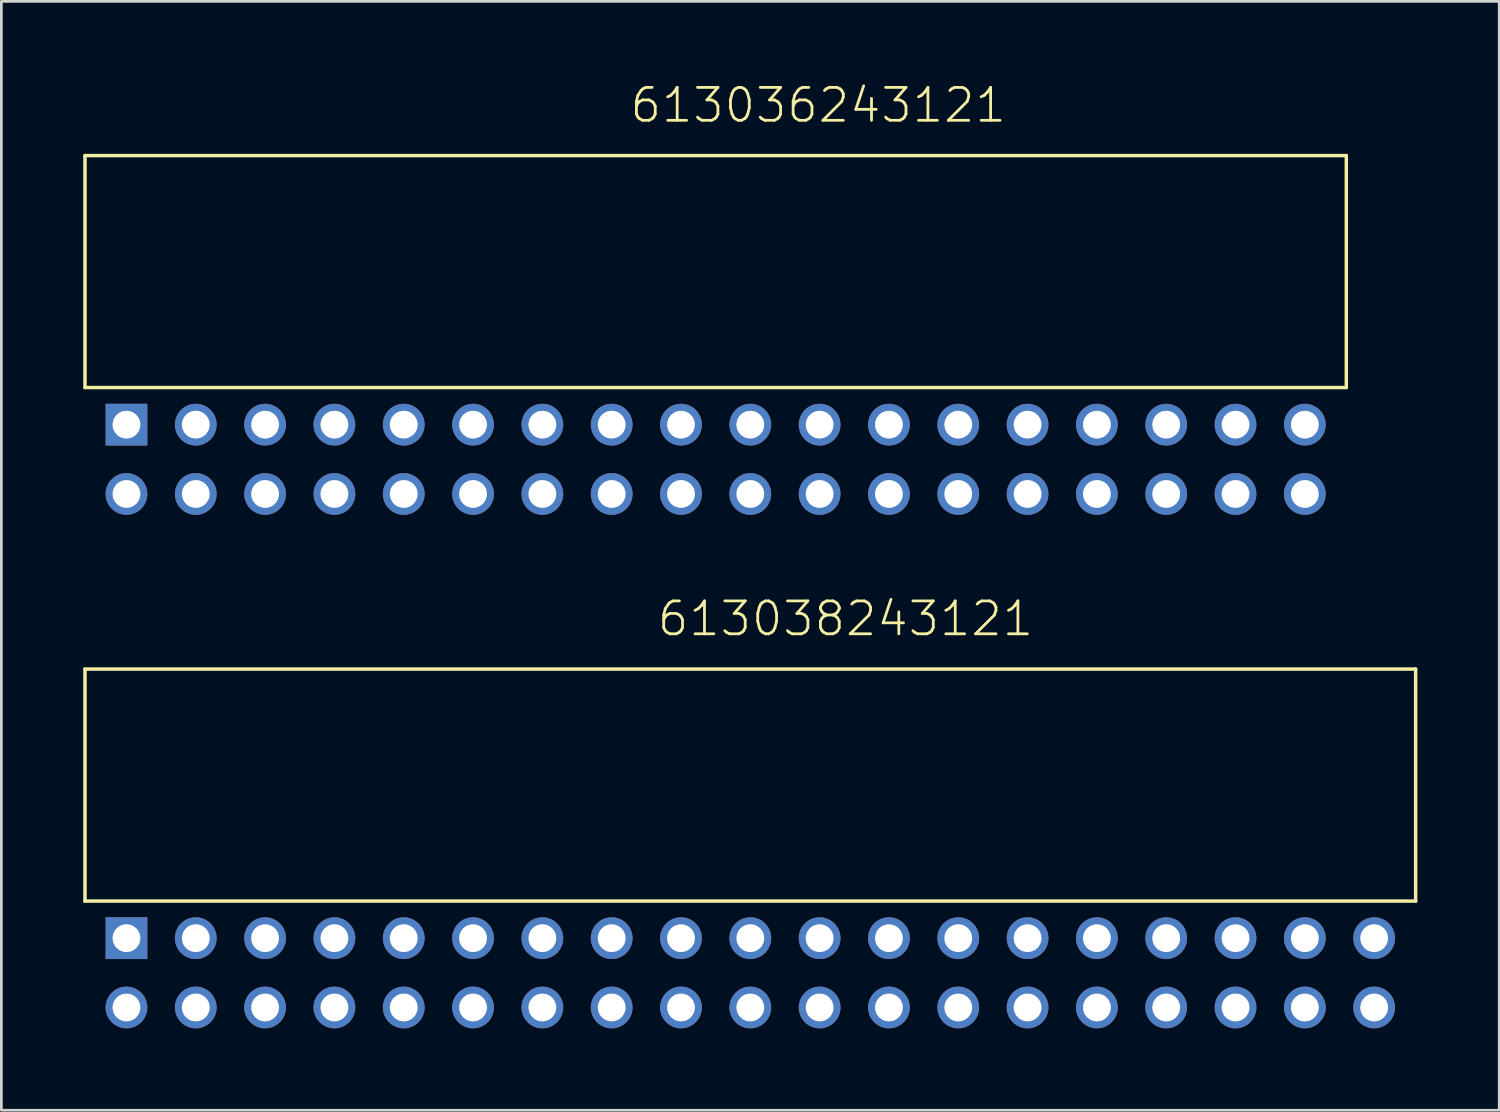
<source format=kicad_pcb>
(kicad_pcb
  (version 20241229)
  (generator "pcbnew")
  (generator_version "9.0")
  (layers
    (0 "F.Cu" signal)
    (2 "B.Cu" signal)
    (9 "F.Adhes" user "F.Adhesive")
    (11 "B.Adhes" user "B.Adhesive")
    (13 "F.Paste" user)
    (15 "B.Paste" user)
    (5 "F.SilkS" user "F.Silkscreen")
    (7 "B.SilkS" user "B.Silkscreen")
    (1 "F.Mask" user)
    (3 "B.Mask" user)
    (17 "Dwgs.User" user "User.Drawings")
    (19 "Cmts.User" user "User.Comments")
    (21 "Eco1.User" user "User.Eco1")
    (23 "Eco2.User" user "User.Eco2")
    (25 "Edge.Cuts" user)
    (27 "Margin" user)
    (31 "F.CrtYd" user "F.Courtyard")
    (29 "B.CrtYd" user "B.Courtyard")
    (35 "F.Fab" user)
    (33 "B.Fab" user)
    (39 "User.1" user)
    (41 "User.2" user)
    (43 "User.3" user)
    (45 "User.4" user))
  (footprint "613036243121"
    (layer "F.Cu")
    (at 23.174 12.511)
    (property "Reference" "613036243121" (at -3.2 -11 0) (layer "F.SilkS") (effects (font (size 1.206 1.206) (thickness 0.102)) (justify left bottom)))
    (attr through_hole)
    (fp_line (start -23.11 -9.86) (end -23.11 -1.36) (stroke (width 0.127) (type solid)) (layer "F.SilkS"))
    (fp_line (start -23.11 -9.86) (end 23.11 -9.86) (stroke (width 0.127) (type solid)) (layer "F.SilkS"))
    (fp_line (start -23.11 -1.36) (end 23.11 -1.36) (stroke (width 0.127) (type solid)) (layer "F.SilkS"))
    (fp_line (start 23.11 -1.36) (end 23.11 -9.86) (stroke (width 0.127) (type solid)) (layer "F.SilkS"))
    (pad "1" thru_hole rect (at -21.59 0) (size 1.53 1.53) (drill 1.02) (layers "*.Cu" "*.Mask"))
    (pad "2" thru_hole circle (at -19.05 0) (size 1.53 1.53) (drill 1.02) (layers "*.Cu" "*.Mask"))
    (pad "3" thru_hole circle (at -16.51 0) (size 1.53 1.53) (drill 1.02) (layers "*.Cu" "*.Mask"))
    (pad "4" thru_hole circle (at -13.97 0) (size 1.53 1.53) (drill 1.02) (layers "*.Cu" "*.Mask"))
    (pad "5" thru_hole circle (at -11.43 0) (size 1.53 1.53) (drill 1.02) (layers "*.Cu" "*.Mask"))
    (pad "6" thru_hole circle (at -8.89 0) (size 1.53 1.53) (drill 1.02) (layers "*.Cu" "*.Mask"))
    (pad "7" thru_hole circle (at -6.35 0) (size 1.53 1.53) (drill 1.02) (layers "*.Cu" "*.Mask"))
    (pad "8" thru_hole circle (at -3.81 0) (size 1.53 1.53) (drill 1.02) (layers "*.Cu" "*.Mask"))
    (pad "9" thru_hole circle (at -1.27 0) (size 1.53 1.53) (drill 1.02) (layers "*.Cu" "*.Mask"))
    (pad "10" thru_hole circle (at 1.27 0) (size 1.53 1.53) (drill 1.02) (layers "*.Cu" "*.Mask"))
    (pad "11" thru_hole circle (at 3.81 0) (size 1.53 1.53) (drill 1.02) (layers "*.Cu" "*.Mask"))
    (pad "12" thru_hole circle (at 6.35 0) (size 1.53 1.53) (drill 1.02) (layers "*.Cu" "*.Mask"))
    (pad "13" thru_hole circle (at 8.89 0) (size 1.53 1.53) (drill 1.02) (layers "*.Cu" "*.Mask"))
    (pad "14" thru_hole circle (at 11.43 0) (size 1.53 1.53) (drill 1.02) (layers "*.Cu" "*.Mask"))
    (pad "15" thru_hole circle (at 13.97 0) (size 1.53 1.53) (drill 1.02) (layers "*.Cu" "*.Mask"))
    (pad "16" thru_hole circle (at 16.51 0) (size 1.53 1.53) (drill 1.02) (layers "*.Cu" "*.Mask"))
    (pad "17" thru_hole circle (at 19.05 0) (size 1.53 1.53) (drill 1.02) (layers "*.Cu" "*.Mask"))
    (pad "18" thru_hole circle (at 21.59 0) (size 1.53 1.53) (drill 1.02) (layers "*.Cu" "*.Mask"))
    (pad "19" thru_hole circle (at 21.59 2.54) (size 1.53 1.53) (drill 1.02) (layers "*.Cu" "*.Mask"))
    (pad "20" thru_hole circle (at 19.05 2.54) (size 1.53 1.53) (drill 1.02) (layers "*.Cu" "*.Mask"))
    (pad "21" thru_hole circle (at 16.51 2.54) (size 1.53 1.53) (drill 1.02) (layers "*.Cu" "*.Mask"))
    (pad "22" thru_hole circle (at 13.97 2.54) (size 1.53 1.53) (drill 1.02) (layers "*.Cu" "*.Mask"))
    (pad "23" thru_hole circle (at 11.43 2.54) (size 1.53 1.53) (drill 1.02) (layers "*.Cu" "*.Mask"))
    (pad "24" thru_hole circle (at 8.89 2.54) (size 1.53 1.53) (drill 1.02) (layers "*.Cu" "*.Mask"))
    (pad "25" thru_hole circle (at 6.35 2.54) (size 1.53 1.53) (drill 1.02) (layers "*.Cu" "*.Mask"))
    (pad "26" thru_hole circle (at 3.81 2.54) (size 1.53 1.53) (drill 1.02) (layers "*.Cu" "*.Mask"))
    (pad "27" thru_hole circle (at 1.27 2.54) (size 1.53 1.53) (drill 1.02) (layers "*.Cu" "*.Mask"))
    (pad "28" thru_hole circle (at -1.27 2.54) (size 1.53 1.53) (drill 1.02) (layers "*.Cu" "*.Mask"))
    (pad "29" thru_hole circle (at -3.81 2.54) (size 1.53 1.53) (drill 1.02) (layers "*.Cu" "*.Mask"))
    (pad "30" thru_hole circle (at -6.35 2.54) (size 1.53 1.53) (drill 1.02) (layers "*.Cu" "*.Mask"))
    (pad "31" thru_hole circle (at -8.89 2.54) (size 1.53 1.53) (drill 1.02) (layers "*.Cu" "*.Mask"))
    (pad "32" thru_hole circle (at -11.43 2.54) (size 1.53 1.53) (drill 1.02) (layers "*.Cu" "*.Mask"))
    (pad "33" thru_hole circle (at -13.97 2.54) (size 1.53 1.53) (drill 1.02) (layers "*.Cu" "*.Mask"))
    (pad "34" thru_hole circle (at -16.51 2.54) (size 1.53 1.53) (drill 1.02) (layers "*.Cu" "*.Mask"))
    (pad "35" thru_hole circle (at -19.05 2.54) (size 1.53 1.53) (drill 1.02) (layers "*.Cu" "*.Mask"))
    (pad "36" thru_hole circle (at -21.59 2.54) (size 1.53 1.53) (drill 1.02) (layers "*.Cu" "*.Mask")))
  (footprint "613038243121"
    (layer "F.Cu")
    (at 24.444 31.328)
    (property "Reference" "613038243121" (at -3.47 -11 0) (layer "F.SilkS") (effects (font (size 1.206 1.206) (thickness 0.102)) (justify left bottom)))
    (attr through_hole)
    (fp_line (start -24.38 -9.86) (end -24.38 -1.36) (stroke (width 0.127) (type solid)) (layer "F.SilkS"))
    (fp_line (start -24.38 -9.86) (end 24.38 -9.86) (stroke (width 0.127) (type solid)) (layer "F.SilkS"))
    (fp_line (start -24.38 -1.36) (end 24.38 -1.36) (stroke (width 0.127) (type solid)) (layer "F.SilkS"))
    (fp_line (start 24.38 -1.36) (end 24.38 -9.86) (stroke (width 0.127) (type solid)) (layer "F.SilkS"))
    (pad "1" thru_hole rect (at -22.86 0) (size 1.53 1.53) (drill 1.02) (layers "*.Cu" "*.Mask"))
    (pad "2" thru_hole circle (at -20.32 0) (size 1.53 1.53) (drill 1.02) (layers "*.Cu" "*.Mask"))
    (pad "3" thru_hole circle (at -17.78 0) (size 1.53 1.53) (drill 1.02) (layers "*.Cu" "*.Mask"))
    (pad "4" thru_hole circle (at -15.24 0) (size 1.53 1.53) (drill 1.02) (layers "*.Cu" "*.Mask"))
    (pad "5" thru_hole circle (at -12.7 0) (size 1.53 1.53) (drill 1.02) (layers "*.Cu" "*.Mask"))
    (pad "6" thru_hole circle (at -10.16 0) (size 1.53 1.53) (drill 1.02) (layers "*.Cu" "*.Mask"))
    (pad "7" thru_hole circle (at -7.62 0) (size 1.53 1.53) (drill 1.02) (layers "*.Cu" "*.Mask"))
    (pad "8" thru_hole circle (at -5.08 0) (size 1.53 1.53) (drill 1.02) (layers "*.Cu" "*.Mask"))
    (pad "9" thru_hole circle (at -2.54 0) (size 1.53 1.53) (drill 1.02) (layers "*.Cu" "*.Mask"))
    (pad "10" thru_hole circle (at 0 0) (size 1.53 1.53) (drill 1.02) (layers "*.Cu" "*.Mask"))
    (pad "11" thru_hole circle (at 2.54 0) (size 1.53 1.53) (drill 1.02) (layers "*.Cu" "*.Mask"))
    (pad "12" thru_hole circle (at 5.08 0) (size 1.53 1.53) (drill 1.02) (layers "*.Cu" "*.Mask"))
    (pad "13" thru_hole circle (at 7.62 0) (size 1.53 1.53) (drill 1.02) (layers "*.Cu" "*.Mask"))
    (pad "14" thru_hole circle (at 10.16 0) (size 1.53 1.53) (drill 1.02) (layers "*.Cu" "*.Mask"))
    (pad "15" thru_hole circle (at 12.7 0) (size 1.53 1.53) (drill 1.02) (layers "*.Cu" "*.Mask"))
    (pad "16" thru_hole circle (at 15.24 0) (size 1.53 1.53) (drill 1.02) (layers "*.Cu" "*.Mask"))
    (pad "17" thru_hole circle (at 17.78 0) (size 1.53 1.53) (drill 1.02) (layers "*.Cu" "*.Mask"))
    (pad "18" thru_hole circle (at 20.32 0) (size 1.53 1.53) (drill 1.02) (layers "*.Cu" "*.Mask"))
    (pad "19" thru_hole circle (at 22.86 0) (size 1.53 1.53) (drill 1.02) (layers "*.Cu" "*.Mask"))
    (pad "20" thru_hole circle (at 22.86 2.54) (size 1.53 1.53) (drill 1.02) (layers "*.Cu" "*.Mask"))
    (pad "21" thru_hole circle (at 20.32 2.54) (size 1.53 1.53) (drill 1.02) (layers "*.Cu" "*.Mask"))
    (pad "22" thru_hole circle (at 17.78 2.54) (size 1.53 1.53) (drill 1.02) (layers "*.Cu" "*.Mask"))
    (pad "23" thru_hole circle (at 15.24 2.54) (size 1.53 1.53) (drill 1.02) (layers "*.Cu" "*.Mask"))
    (pad "24" thru_hole circle (at 12.7 2.54) (size 1.53 1.53) (drill 1.02) (layers "*.Cu" "*.Mask"))
    (pad "25" thru_hole circle (at 10.16 2.54) (size 1.53 1.53) (drill 1.02) (layers "*.Cu" "*.Mask"))
    (pad "26" thru_hole circle (at 7.62 2.54) (size 1.53 1.53) (drill 1.02) (layers "*.Cu" "*.Mask"))
    (pad "27" thru_hole circle (at 5.08 2.54) (size 1.53 1.53) (drill 1.02) (layers "*.Cu" "*.Mask"))
    (pad "28" thru_hole circle (at 2.54 2.54) (size 1.53 1.53) (drill 1.02) (layers "*.Cu" "*.Mask"))
    (pad "29" thru_hole circle (at 0 2.54) (size 1.53 1.53) (drill 1.02) (layers "*.Cu" "*.Mask"))
    (pad "30" thru_hole circle (at -2.54 2.54) (size 1.53 1.53) (drill 1.02) (layers "*.Cu" "*.Mask"))
    (pad "31" thru_hole circle (at -5.08 2.54) (size 1.53 1.53) (drill 1.02) (layers "*.Cu" "*.Mask"))
    (pad "32" thru_hole circle (at -7.62 2.54) (size 1.53 1.53) (drill 1.02) (layers "*.Cu" "*.Mask"))
    (pad "33" thru_hole circle (at -10.16 2.54) (size 1.53 1.53) (drill 1.02) (layers "*.Cu" "*.Mask"))
    (pad "34" thru_hole circle (at -12.7 2.54) (size 1.53 1.53) (drill 1.02) (layers "*.Cu" "*.Mask"))
    (pad "35" thru_hole circle (at -15.24 2.54) (size 1.53 1.53) (drill 1.02) (layers "*.Cu" "*.Mask"))
    (pad "36" thru_hole circle (at -17.78 2.54) (size 1.53 1.53) (drill 1.02) (layers "*.Cu" "*.Mask"))
    (pad "37" thru_hole circle (at -20.32 2.54) (size 1.53 1.53) (drill 1.02) (layers "*.Cu" "*.Mask"))
    (pad "38" thru_hole circle (at -22.86 2.54) (size 1.53 1.53) (drill 1.02) (layers "*.Cu" "*.Mask")))
  (gr_rect
    (start -3 -3)
    (end 51.887 37.633)
    (stroke (width 0.1) (type default))
    (fill no)
    (layer "Edge.Cuts")))
</source>
